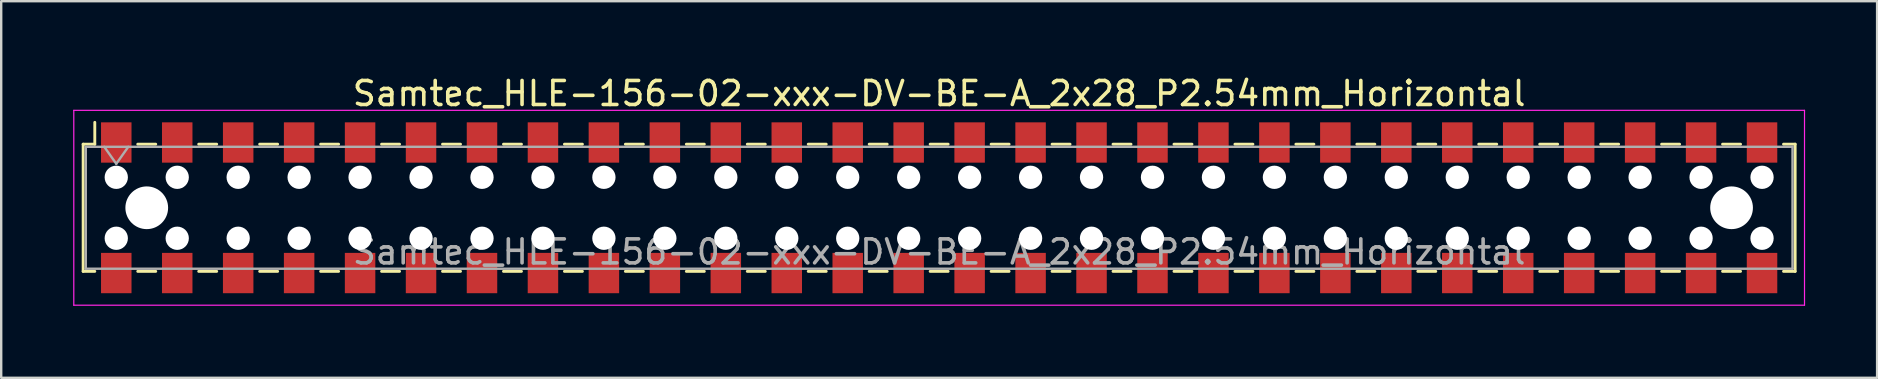
<source format=kicad_pcb>
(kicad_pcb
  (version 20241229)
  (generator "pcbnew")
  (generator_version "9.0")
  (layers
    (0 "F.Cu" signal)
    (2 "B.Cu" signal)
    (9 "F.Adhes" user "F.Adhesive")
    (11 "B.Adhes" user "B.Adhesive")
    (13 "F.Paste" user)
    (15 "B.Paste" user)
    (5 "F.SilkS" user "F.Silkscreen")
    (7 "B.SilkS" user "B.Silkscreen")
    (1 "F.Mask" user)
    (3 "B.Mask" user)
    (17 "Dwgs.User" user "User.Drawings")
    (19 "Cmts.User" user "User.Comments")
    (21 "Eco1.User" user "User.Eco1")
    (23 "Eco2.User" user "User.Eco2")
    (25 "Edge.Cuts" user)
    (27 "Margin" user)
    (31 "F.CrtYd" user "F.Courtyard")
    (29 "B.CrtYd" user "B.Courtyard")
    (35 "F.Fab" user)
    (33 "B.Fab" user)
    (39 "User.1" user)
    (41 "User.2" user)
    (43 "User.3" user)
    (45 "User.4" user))
  (footprint "Samtec_HLE-156-02-xxx-DV-BE-A_2x28_P2.54mm_Horizontal"
    (layer "F.Cu")
    (at 36.085 5.608)
    (property "Reference" "Samtec_HLE-156-02-xxx-DV-BE-A_2x28_P2.54mm_Horizontal" (at 0 -4.76 0) (layer "F.SilkS") (effects (font (size 1 1) (thickness 0.15))))
    (attr smd)
    (fp_line (start -35.67 -2.65) (end -35.67 2.65) (stroke (width 0.12) (type solid)) (layer "F.SilkS"))
    (fp_line (start -35.67 2.65) (end -35.185 2.65) (stroke (width 0.12) (type solid)) (layer "F.SilkS"))
    (fp_line (start -35.185 -3.56) (end -35.185 -2.65) (stroke (width 0.12) (type solid)) (layer "F.SilkS"))
    (fp_line (start -35.185 -2.65) (end -35.67 -2.65) (stroke (width 0.12) (type solid)) (layer "F.SilkS"))
    (fp_line (start -33.395 -2.65) (end -32.645 -2.65) (stroke (width 0.12) (type solid)) (layer "F.SilkS"))
    (fp_line (start -33.395 2.65) (end -32.645 2.65) (stroke (width 0.12) (type solid)) (layer "F.SilkS"))
    (fp_line (start -30.855 -2.65) (end -30.105 -2.65) (stroke (width 0.12) (type solid)) (layer "F.SilkS"))
    (fp_line (start -30.855 2.65) (end -30.105 2.65) (stroke (width 0.12) (type solid)) (layer "F.SilkS"))
    (fp_line (start -28.315 -2.65) (end -27.565 -2.65) (stroke (width 0.12) (type solid)) (layer "F.SilkS"))
    (fp_line (start -28.315 2.65) (end -27.565 2.65) (stroke (width 0.12) (type solid)) (layer "F.SilkS"))
    (fp_line (start -25.775 -2.65) (end -25.025 -2.65) (stroke (width 0.12) (type solid)) (layer "F.SilkS"))
    (fp_line (start -25.775 2.65) (end -25.025 2.65) (stroke (width 0.12) (type solid)) (layer "F.SilkS"))
    (fp_line (start -23.235 -2.65) (end -22.485 -2.65) (stroke (width 0.12) (type solid)) (layer "F.SilkS"))
    (fp_line (start -23.235 2.65) (end -22.485 2.65) (stroke (width 0.12) (type solid)) (layer "F.SilkS"))
    (fp_line (start -20.695 -2.65) (end -19.945 -2.65) (stroke (width 0.12) (type solid)) (layer "F.SilkS"))
    (fp_line (start -20.695 2.65) (end -19.945 2.65) (stroke (width 0.12) (type solid)) (layer "F.SilkS"))
    (fp_line (start -18.155 -2.65) (end -17.405 -2.65) (stroke (width 0.12) (type solid)) (layer "F.SilkS"))
    (fp_line (start -18.155 2.65) (end -17.405 2.65) (stroke (width 0.12) (type solid)) (layer "F.SilkS"))
    (fp_line (start -15.615 -2.65) (end -14.865 -2.65) (stroke (width 0.12) (type solid)) (layer "F.SilkS"))
    (fp_line (start -15.615 2.65) (end -14.865 2.65) (stroke (width 0.12) (type solid)) (layer "F.SilkS"))
    (fp_line (start -13.075 -2.65) (end -12.325 -2.65) (stroke (width 0.12) (type solid)) (layer "F.SilkS"))
    (fp_line (start -13.075 2.65) (end -12.325 2.65) (stroke (width 0.12) (type solid)) (layer "F.SilkS"))
    (fp_line (start -10.535 -2.65) (end -9.785 -2.65) (stroke (width 0.12) (type solid)) (layer "F.SilkS"))
    (fp_line (start -10.535 2.65) (end -9.785 2.65) (stroke (width 0.12) (type solid)) (layer "F.SilkS"))
    (fp_line (start -7.995 -2.65) (end -7.245 -2.65) (stroke (width 0.12) (type solid)) (layer "F.SilkS"))
    (fp_line (start -7.995 2.65) (end -7.245 2.65) (stroke (width 0.12) (type solid)) (layer "F.SilkS"))
    (fp_line (start -5.455 -2.65) (end -4.705 -2.65) (stroke (width 0.12) (type solid)) (layer "F.SilkS"))
    (fp_line (start -5.455 2.65) (end -4.705 2.65) (stroke (width 0.12) (type solid)) (layer "F.SilkS"))
    (fp_line (start -2.915 -2.65) (end -2.165 -2.65) (stroke (width 0.12) (type solid)) (layer "F.SilkS"))
    (fp_line (start -2.915 2.65) (end -2.165 2.65) (stroke (width 0.12) (type solid)) (layer "F.SilkS"))
    (fp_line (start -0.375 -2.65) (end 0.375 -2.65) (stroke (width 0.12) (type solid)) (layer "F.SilkS"))
    (fp_line (start -0.375 2.65) (end 0.375 2.65) (stroke (width 0.12) (type solid)) (layer "F.SilkS"))
    (fp_line (start 2.165 -2.65) (end 2.915 -2.65) (stroke (width 0.12) (type solid)) (layer "F.SilkS"))
    (fp_line (start 2.165 2.65) (end 2.915 2.65) (stroke (width 0.12) (type solid)) (layer "F.SilkS"))
    (fp_line (start 4.705 -2.65) (end 5.455 -2.65) (stroke (width 0.12) (type solid)) (layer "F.SilkS"))
    (fp_line (start 4.705 2.65) (end 5.455 2.65) (stroke (width 0.12) (type solid)) (layer "F.SilkS"))
    (fp_line (start 7.245 -2.65) (end 7.995 -2.65) (stroke (width 0.12) (type solid)) (layer "F.SilkS"))
    (fp_line (start 7.245 2.65) (end 7.995 2.65) (stroke (width 0.12) (type solid)) (layer "F.SilkS"))
    (fp_line (start 9.785 -2.65) (end 10.535 -2.65) (stroke (width 0.12) (type solid)) (layer "F.SilkS"))
    (fp_line (start 9.785 2.65) (end 10.535 2.65) (stroke (width 0.12) (type solid)) (layer "F.SilkS"))
    (fp_line (start 12.325 -2.65) (end 13.075 -2.65) (stroke (width 0.12) (type solid)) (layer "F.SilkS"))
    (fp_line (start 12.325 2.65) (end 13.075 2.65) (stroke (width 0.12) (type solid)) (layer "F.SilkS"))
    (fp_line (start 14.865 -2.65) (end 15.615 -2.65) (stroke (width 0.12) (type solid)) (layer "F.SilkS"))
    (fp_line (start 14.865 2.65) (end 15.615 2.65) (stroke (width 0.12) (type solid)) (layer "F.SilkS"))
    (fp_line (start 17.405 -2.65) (end 18.155 -2.65) (stroke (width 0.12) (type solid)) (layer "F.SilkS"))
    (fp_line (start 17.405 2.65) (end 18.155 2.65) (stroke (width 0.12) (type solid)) (layer "F.SilkS"))
    (fp_line (start 19.945 -2.65) (end 20.695 -2.65) (stroke (width 0.12) (type solid)) (layer "F.SilkS"))
    (fp_line (start 19.945 2.65) (end 20.695 2.65) (stroke (width 0.12) (type solid)) (layer "F.SilkS"))
    (fp_line (start 22.485 -2.65) (end 23.235 -2.65) (stroke (width 0.12) (type solid)) (layer "F.SilkS"))
    (fp_line (start 22.485 2.65) (end 23.235 2.65) (stroke (width 0.12) (type solid)) (layer "F.SilkS"))
    (fp_line (start 25.025 -2.65) (end 25.775 -2.65) (stroke (width 0.12) (type solid)) (layer "F.SilkS"))
    (fp_line (start 25.025 2.65) (end 25.775 2.65) (stroke (width 0.12) (type solid)) (layer "F.SilkS"))
    (fp_line (start 27.565 -2.65) (end 28.315 -2.65) (stroke (width 0.12) (type solid)) (layer "F.SilkS"))
    (fp_line (start 27.565 2.65) (end 28.315 2.65) (stroke (width 0.12) (type solid)) (layer "F.SilkS"))
    (fp_line (start 30.105 -2.65) (end 30.855 -2.65) (stroke (width 0.12) (type solid)) (layer "F.SilkS"))
    (fp_line (start 30.105 2.65) (end 30.855 2.65) (stroke (width 0.12) (type solid)) (layer "F.SilkS"))
    (fp_line (start 32.645 -2.65) (end 33.395 -2.65) (stroke (width 0.12) (type solid)) (layer "F.SilkS"))
    (fp_line (start 32.645 2.65) (end 33.395 2.65) (stroke (width 0.12) (type solid)) (layer "F.SilkS"))
    (fp_line (start 35.185 -2.65) (end 35.67 -2.65) (stroke (width 0.12) (type solid)) (layer "F.SilkS"))
    (fp_line (start 35.67 -2.65) (end 35.67 2.65) (stroke (width 0.12) (type solid)) (layer "F.SilkS"))
    (fp_line (start 35.67 2.65) (end 35.185 2.65) (stroke (width 0.12) (type solid)) (layer "F.SilkS"))
    (fp_line (start -36.06 -4.06) (end 36.06 -4.06) (stroke (width 0.05) (type solid)) (layer "F.CrtYd"))
    (fp_line (start -36.06 4.06) (end -36.06 -4.06) (stroke (width 0.05) (type solid)) (layer "F.CrtYd"))
    (fp_line (start 36.06 -4.06) (end 36.06 4.06) (stroke (width 0.05) (type solid)) (layer "F.CrtYd"))
    (fp_line (start 36.06 4.06) (end -36.06 4.06) (stroke (width 0.05) (type solid)) (layer "F.CrtYd"))
    (fp_line (start -35.56 -2.54) (end 35.56 -2.54) (stroke (width 0.1) (type solid)) (layer "F.Fab"))
    (fp_line (start -35.56 2.54) (end -35.56 -2.54) (stroke (width 0.1) (type solid)) (layer "F.Fab"))
    (fp_line (start -34.79 -2.54) (end -34.29 -1.833) (stroke (width 0.1) (type solid)) (layer "F.Fab"))
    (fp_line (start -34.29 -1.833) (end -33.79 -2.54) (stroke (width 0.1) (type solid)) (layer "F.Fab"))
    (fp_line (start 35.56 -2.54) (end 35.56 2.54) (stroke (width 0.1) (type solid)) (layer "F.Fab"))
    (fp_line (start 35.56 2.54) (end -35.56 2.54) (stroke (width 0.1) (type solid)) (layer "F.Fab"))
    (fp_text user "${REFERENCE}" (at 0 1.84 0) (layer "F.Fab") (effects (font (size 1 1) (thickness 0.15))))
    (pad "" np_thru_hole circle (at -34.29 -1.27) (size 0.97 0.97) (drill 0.97) (layers "*.Cu" "*.Mask"))
    (pad "" np_thru_hole circle (at -34.29 1.27) (size 0.97 0.97) (drill 0.97) (layers "*.Cu" "*.Mask"))
    (pad "" np_thru_hole circle (at -33.02 0) (size 1.78 1.78) (drill 1.78) (layers "*.Cu" "*.Mask"))
    (pad "" np_thru_hole circle (at -31.75 -1.27) (size 0.97 0.97) (drill 0.97) (layers "*.Cu" "*.Mask"))
    (pad "" np_thru_hole circle (at -31.75 1.27) (size 0.97 0.97) (drill 0.97) (layers "*.Cu" "*.Mask"))
    (pad "" np_thru_hole circle (at -29.21 -1.27) (size 0.97 0.97) (drill 0.97) (layers "*.Cu" "*.Mask"))
    (pad "" np_thru_hole circle (at -29.21 1.27) (size 0.97 0.97) (drill 0.97) (layers "*.Cu" "*.Mask"))
    (pad "" np_thru_hole circle (at -26.67 -1.27) (size 0.97 0.97) (drill 0.97) (layers "*.Cu" "*.Mask"))
    (pad "" np_thru_hole circle (at -26.67 1.27) (size 0.97 0.97) (drill 0.97) (layers "*.Cu" "*.Mask"))
    (pad "" np_thru_hole circle (at -24.13 -1.27) (size 0.97 0.97) (drill 0.97) (layers "*.Cu" "*.Mask"))
    (pad "" np_thru_hole circle (at -24.13 1.27) (size 0.97 0.97) (drill 0.97) (layers "*.Cu" "*.Mask"))
    (pad "" np_thru_hole circle (at -21.59 -1.27) (size 0.97 0.97) (drill 0.97) (layers "*.Cu" "*.Mask"))
    (pad "" np_thru_hole circle (at -21.59 1.27) (size 0.97 0.97) (drill 0.97) (layers "*.Cu" "*.Mask"))
    (pad "" np_thru_hole circle (at -19.05 -1.27) (size 0.97 0.97) (drill 0.97) (layers "*.Cu" "*.Mask"))
    (pad "" np_thru_hole circle (at -19.05 1.27) (size 0.97 0.97) (drill 0.97) (layers "*.Cu" "*.Mask"))
    (pad "" np_thru_hole circle (at -16.51 -1.27) (size 0.97 0.97) (drill 0.97) (layers "*.Cu" "*.Mask"))
    (pad "" np_thru_hole circle (at -16.51 1.27) (size 0.97 0.97) (drill 0.97) (layers "*.Cu" "*.Mask"))
    (pad "" np_thru_hole circle (at -13.97 -1.27) (size 0.97 0.97) (drill 0.97) (layers "*.Cu" "*.Mask"))
    (pad "" np_thru_hole circle (at -13.97 1.27) (size 0.97 0.97) (drill 0.97) (layers "*.Cu" "*.Mask"))
    (pad "" np_thru_hole circle (at -11.43 -1.27) (size 0.97 0.97) (drill 0.97) (layers "*.Cu" "*.Mask"))
    (pad "" np_thru_hole circle (at -11.43 1.27) (size 0.97 0.97) (drill 0.97) (layers "*.Cu" "*.Mask"))
    (pad "" np_thru_hole circle (at -8.89 -1.27) (size 0.97 0.97) (drill 0.97) (layers "*.Cu" "*.Mask"))
    (pad "" np_thru_hole circle (at -8.89 1.27) (size 0.97 0.97) (drill 0.97) (layers "*.Cu" "*.Mask"))
    (pad "" np_thru_hole circle (at -6.35 -1.27) (size 0.97 0.97) (drill 0.97) (layers "*.Cu" "*.Mask"))
    (pad "" np_thru_hole circle (at -6.35 1.27) (size 0.97 0.97) (drill 0.97) (layers "*.Cu" "*.Mask"))
    (pad "" np_thru_hole circle (at -3.81 -1.27) (size 0.97 0.97) (drill 0.97) (layers "*.Cu" "*.Mask"))
    (pad "" np_thru_hole circle (at -3.81 1.27) (size 0.97 0.97) (drill 0.97) (layers "*.Cu" "*.Mask"))
    (pad "" np_thru_hole circle (at -1.27 -1.27) (size 0.97 0.97) (drill 0.97) (layers "*.Cu" "*.Mask"))
    (pad "" np_thru_hole circle (at -1.27 1.27) (size 0.97 0.97) (drill 0.97) (layers "*.Cu" "*.Mask"))
    (pad "" np_thru_hole circle (at 1.27 -1.27) (size 0.97 0.97) (drill 0.97) (layers "*.Cu" "*.Mask"))
    (pad "" np_thru_hole circle (at 1.27 1.27) (size 0.97 0.97) (drill 0.97) (layers "*.Cu" "*.Mask"))
    (pad "" np_thru_hole circle (at 3.81 -1.27) (size 0.97 0.97) (drill 0.97) (layers "*.Cu" "*.Mask"))
    (pad "" np_thru_hole circle (at 3.81 1.27) (size 0.97 0.97) (drill 0.97) (layers "*.Cu" "*.Mask"))
    (pad "" np_thru_hole circle (at 6.35 -1.27) (size 0.97 0.97) (drill 0.97) (layers "*.Cu" "*.Mask"))
    (pad "" np_thru_hole circle (at 6.35 1.27) (size 0.97 0.97) (drill 0.97) (layers "*.Cu" "*.Mask"))
    (pad "" np_thru_hole circle (at 8.89 -1.27) (size 0.97 0.97) (drill 0.97) (layers "*.Cu" "*.Mask"))
    (pad "" np_thru_hole circle (at 8.89 1.27) (size 0.97 0.97) (drill 0.97) (layers "*.Cu" "*.Mask"))
    (pad "" np_thru_hole circle (at 11.43 -1.27) (size 0.97 0.97) (drill 0.97) (layers "*.Cu" "*.Mask"))
    (pad "" np_thru_hole circle (at 11.43 1.27) (size 0.97 0.97) (drill 0.97) (layers "*.Cu" "*.Mask"))
    (pad "" np_thru_hole circle (at 13.97 -1.27) (size 0.97 0.97) (drill 0.97) (layers "*.Cu" "*.Mask"))
    (pad "" np_thru_hole circle (at 13.97 1.27) (size 0.97 0.97) (drill 0.97) (layers "*.Cu" "*.Mask"))
    (pad "" np_thru_hole circle (at 16.51 -1.27) (size 0.97 0.97) (drill 0.97) (layers "*.Cu" "*.Mask"))
    (pad "" np_thru_hole circle (at 16.51 1.27) (size 0.97 0.97) (drill 0.97) (layers "*.Cu" "*.Mask"))
    (pad "" np_thru_hole circle (at 19.05 -1.27) (size 0.97 0.97) (drill 0.97) (layers "*.Cu" "*.Mask"))
    (pad "" np_thru_hole circle (at 19.05 1.27) (size 0.97 0.97) (drill 0.97) (layers "*.Cu" "*.Mask"))
    (pad "" np_thru_hole circle (at 21.59 -1.27) (size 0.97 0.97) (drill 0.97) (layers "*.Cu" "*.Mask"))
    (pad "" np_thru_hole circle (at 21.59 1.27) (size 0.97 0.97) (drill 0.97) (layers "*.Cu" "*.Mask"))
    (pad "" np_thru_hole circle (at 24.13 -1.27) (size 0.97 0.97) (drill 0.97) (layers "*.Cu" "*.Mask"))
    (pad "" np_thru_hole circle (at 24.13 1.27) (size 0.97 0.97) (drill 0.97) (layers "*.Cu" "*.Mask"))
    (pad "" np_thru_hole circle (at 26.67 -1.27) (size 0.97 0.97) (drill 0.97) (layers "*.Cu" "*.Mask"))
    (pad "" np_thru_hole circle (at 26.67 1.27) (size 0.97 0.97) (drill 0.97) (layers "*.Cu" "*.Mask"))
    (pad "" np_thru_hole circle (at 29.21 -1.27) (size 0.97 0.97) (drill 0.97) (layers "*.Cu" "*.Mask"))
    (pad "" np_thru_hole circle (at 29.21 1.27) (size 0.97 0.97) (drill 0.97) (layers "*.Cu" "*.Mask"))
    (pad "" np_thru_hole circle (at 31.75 -1.27) (size 0.97 0.97) (drill 0.97) (layers "*.Cu" "*.Mask"))
    (pad "" np_thru_hole circle (at 31.75 1.27) (size 0.97 0.97) (drill 0.97) (layers "*.Cu" "*.Mask"))
    (pad "" np_thru_hole circle (at 33.02 0) (size 1.78 1.78) (drill 1.78) (layers "*.Cu" "*.Mask"))
    (pad "" np_thru_hole circle (at 34.29 -1.27) (size 0.97 0.97) (drill 0.97) (layers "*.Cu" "*.Mask"))
    (pad "" np_thru_hole circle (at 34.29 1.27) (size 0.97 0.97) (drill 0.97) (layers "*.Cu" "*.Mask"))
    (pad "1" smd rect (at -34.29 -2.72) (size 1.27 1.68) (layers "F.Cu" "F.Mask" "F.Paste"))
    (pad "2" smd rect (at -34.29 2.72) (size 1.27 1.68) (layers "F.Cu" "F.Mask" "F.Paste"))
    (pad "3" smd rect (at -31.75 -2.72) (size 1.27 1.68) (layers "F.Cu" "F.Mask" "F.Paste"))
    (pad "4" smd rect (at -31.75 2.72) (size 1.27 1.68) (layers "F.Cu" "F.Mask" "F.Paste"))
    (pad "5" smd rect (at -29.21 -2.72) (size 1.27 1.68) (layers "F.Cu" "F.Mask" "F.Paste"))
    (pad "6" smd rect (at -29.21 2.72) (size 1.27 1.68) (layers "F.Cu" "F.Mask" "F.Paste"))
    (pad "7" smd rect (at -26.67 -2.72) (size 1.27 1.68) (layers "F.Cu" "F.Mask" "F.Paste"))
    (pad "8" smd rect (at -26.67 2.72) (size 1.27 1.68) (layers "F.Cu" "F.Mask" "F.Paste"))
    (pad "9" smd rect (at -24.13 -2.72) (size 1.27 1.68) (layers "F.Cu" "F.Mask" "F.Paste"))
    (pad "10" smd rect (at -24.13 2.72) (size 1.27 1.68) (layers "F.Cu" "F.Mask" "F.Paste"))
    (pad "11" smd rect (at -21.59 -2.72) (size 1.27 1.68) (layers "F.Cu" "F.Mask" "F.Paste"))
    (pad "12" smd rect (at -21.59 2.72) (size 1.27 1.68) (layers "F.Cu" "F.Mask" "F.Paste"))
    (pad "13" smd rect (at -19.05 -2.72) (size 1.27 1.68) (layers "F.Cu" "F.Mask" "F.Paste"))
    (pad "14" smd rect (at -19.05 2.72) (size 1.27 1.68) (layers "F.Cu" "F.Mask" "F.Paste"))
    (pad "15" smd rect (at -16.51 -2.72) (size 1.27 1.68) (layers "F.Cu" "F.Mask" "F.Paste"))
    (pad "16" smd rect (at -16.51 2.72) (size 1.27 1.68) (layers "F.Cu" "F.Mask" "F.Paste"))
    (pad "17" smd rect (at -13.97 -2.72) (size 1.27 1.68) (layers "F.Cu" "F.Mask" "F.Paste"))
    (pad "18" smd rect (at -13.97 2.72) (size 1.27 1.68) (layers "F.Cu" "F.Mask" "F.Paste"))
    (pad "19" smd rect (at -11.43 -2.72) (size 1.27 1.68) (layers "F.Cu" "F.Mask" "F.Paste"))
    (pad "20" smd rect (at -11.43 2.72) (size 1.27 1.68) (layers "F.Cu" "F.Mask" "F.Paste"))
    (pad "21" smd rect (at -8.89 -2.72) (size 1.27 1.68) (layers "F.Cu" "F.Mask" "F.Paste"))
    (pad "22" smd rect (at -8.89 2.72) (size 1.27 1.68) (layers "F.Cu" "F.Mask" "F.Paste"))
    (pad "23" smd rect (at -6.35 -2.72) (size 1.27 1.68) (layers "F.Cu" "F.Mask" "F.Paste"))
    (pad "24" smd rect (at -6.35 2.72) (size 1.27 1.68) (layers "F.Cu" "F.Mask" "F.Paste"))
    (pad "25" smd rect (at -3.81 -2.72) (size 1.27 1.68) (layers "F.Cu" "F.Mask" "F.Paste"))
    (pad "26" smd rect (at -3.81 2.72) (size 1.27 1.68) (layers "F.Cu" "F.Mask" "F.Paste"))
    (pad "27" smd rect (at -1.27 -2.72) (size 1.27 1.68) (layers "F.Cu" "F.Mask" "F.Paste"))
    (pad "28" smd rect (at -1.27 2.72) (size 1.27 1.68) (layers "F.Cu" "F.Mask" "F.Paste"))
    (pad "29" smd rect (at 1.27 -2.72) (size 1.27 1.68) (layers "F.Cu" "F.Mask" "F.Paste"))
    (pad "30" smd rect (at 1.27 2.72) (size 1.27 1.68) (layers "F.Cu" "F.Mask" "F.Paste"))
    (pad "31" smd rect (at 3.81 -2.72) (size 1.27 1.68) (layers "F.Cu" "F.Mask" "F.Paste"))
    (pad "32" smd rect (at 3.81 2.72) (size 1.27 1.68) (layers "F.Cu" "F.Mask" "F.Paste"))
    (pad "33" smd rect (at 6.35 -2.72) (size 1.27 1.68) (layers "F.Cu" "F.Mask" "F.Paste"))
    (pad "34" smd rect (at 6.35 2.72) (size 1.27 1.68) (layers "F.Cu" "F.Mask" "F.Paste"))
    (pad "35" smd rect (at 8.89 -2.72) (size 1.27 1.68) (layers "F.Cu" "F.Mask" "F.Paste"))
    (pad "36" smd rect (at 8.89 2.72) (size 1.27 1.68) (layers "F.Cu" "F.Mask" "F.Paste"))
    (pad "37" smd rect (at 11.43 -2.72) (size 1.27 1.68) (layers "F.Cu" "F.Mask" "F.Paste"))
    (pad "38" smd rect (at 11.43 2.72) (size 1.27 1.68) (layers "F.Cu" "F.Mask" "F.Paste"))
    (pad "39" smd rect (at 13.97 -2.72) (size 1.27 1.68) (layers "F.Cu" "F.Mask" "F.Paste"))
    (pad "40" smd rect (at 13.97 2.72) (size 1.27 1.68) (layers "F.Cu" "F.Mask" "F.Paste"))
    (pad "41" smd rect (at 16.51 -2.72) (size 1.27 1.68) (layers "F.Cu" "F.Mask" "F.Paste"))
    (pad "42" smd rect (at 16.51 2.72) (size 1.27 1.68) (layers "F.Cu" "F.Mask" "F.Paste"))
    (pad "43" smd rect (at 19.05 -2.72) (size 1.27 1.68) (layers "F.Cu" "F.Mask" "F.Paste"))
    (pad "44" smd rect (at 19.05 2.72) (size 1.27 1.68) (layers "F.Cu" "F.Mask" "F.Paste"))
    (pad "45" smd rect (at 21.59 -2.72) (size 1.27 1.68) (layers "F.Cu" "F.Mask" "F.Paste"))
    (pad "46" smd rect (at 21.59 2.72) (size 1.27 1.68) (layers "F.Cu" "F.Mask" "F.Paste"))
    (pad "47" smd rect (at 24.13 -2.72) (size 1.27 1.68) (layers "F.Cu" "F.Mask" "F.Paste"))
    (pad "48" smd rect (at 24.13 2.72) (size 1.27 1.68) (layers "F.Cu" "F.Mask" "F.Paste"))
    (pad "49" smd rect (at 26.67 -2.72) (size 1.27 1.68) (layers "F.Cu" "F.Mask" "F.Paste"))
    (pad "50" smd rect (at 26.67 2.72) (size 1.27 1.68) (layers "F.Cu" "F.Mask" "F.Paste"))
    (pad "51" smd rect (at 29.21 -2.72) (size 1.27 1.68) (layers "F.Cu" "F.Mask" "F.Paste"))
    (pad "52" smd rect (at 29.21 2.72) (size 1.27 1.68) (layers "F.Cu" "F.Mask" "F.Paste"))
    (pad "53" smd rect (at 31.75 -2.72) (size 1.27 1.68) (layers "F.Cu" "F.Mask" "F.Paste"))
    (pad "54" smd rect (at 31.75 2.72) (size 1.27 1.68) (layers "F.Cu" "F.Mask" "F.Paste"))
    (pad "55" smd rect (at 34.29 -2.72) (size 1.27 1.68) (layers "F.Cu" "F.Mask" "F.Paste"))
    (pad "56" smd rect (at 34.29 2.72) (size 1.27 1.68) (layers "F.Cu" "F.Mask" "F.Paste")))
  (gr_rect
    (start -3 -3)
    (end 75.17 12.693)
    (stroke (width 0.1) (type default))
    (fill no)
    (layer "Edge.Cuts")))
</source>
